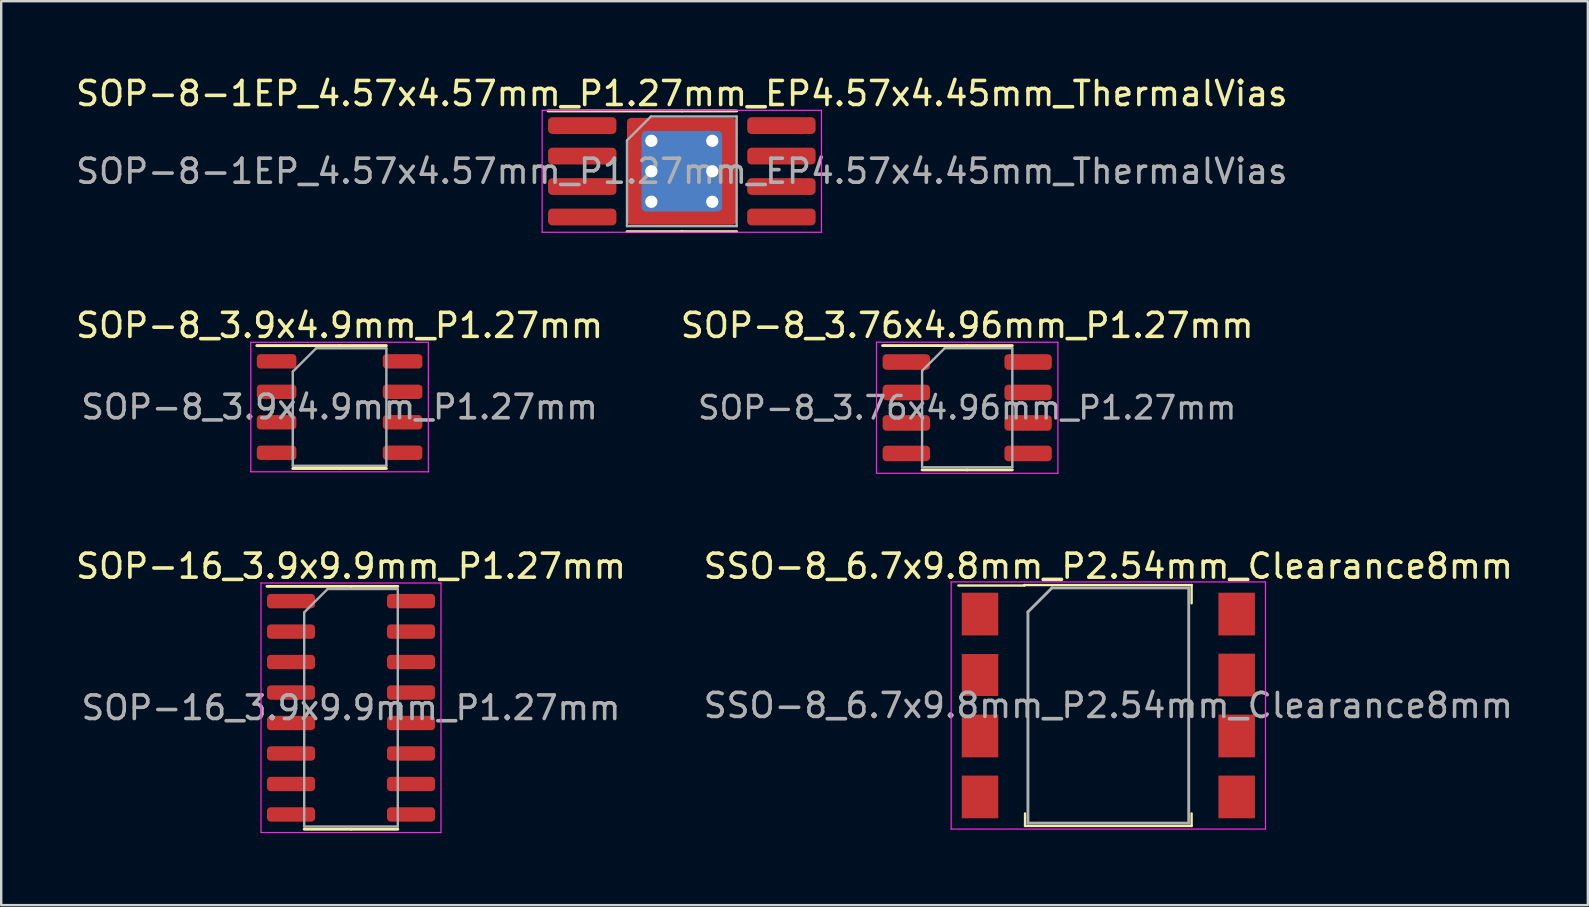
<source format=kicad_pcb>
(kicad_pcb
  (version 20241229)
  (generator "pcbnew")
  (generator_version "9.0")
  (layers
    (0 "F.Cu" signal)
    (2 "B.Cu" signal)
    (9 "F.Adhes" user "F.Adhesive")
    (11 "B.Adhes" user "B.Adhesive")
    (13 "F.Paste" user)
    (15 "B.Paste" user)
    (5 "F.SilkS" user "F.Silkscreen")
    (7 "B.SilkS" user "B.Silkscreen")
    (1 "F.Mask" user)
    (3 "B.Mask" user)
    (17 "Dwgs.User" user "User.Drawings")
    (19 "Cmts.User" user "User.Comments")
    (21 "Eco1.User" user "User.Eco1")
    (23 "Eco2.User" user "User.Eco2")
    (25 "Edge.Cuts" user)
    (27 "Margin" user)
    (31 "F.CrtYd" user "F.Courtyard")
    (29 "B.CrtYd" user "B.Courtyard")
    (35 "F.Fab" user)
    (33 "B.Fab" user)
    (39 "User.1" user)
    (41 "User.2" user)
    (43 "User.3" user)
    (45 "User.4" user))
  (footprint "SSO-8_6.7x9.8mm_P2.54mm_Clearance8mm"
    (layer "F.Cu")
    (at 43.137 26.35)
    (property "Reference" "SSO-8_6.7x9.8mm_P2.54mm_Clearance8mm" (at 0 -5.805 0) (layer "F.SilkS") (effects (font (size 1 1) (thickness 0.15))))
    (attr smd)
    (fp_line (start -3.5 -5.02) (end -3.5 -5) (stroke (width 0.1) (type solid)) (layer "F.SilkS"))
    (fp_line (start -3.5 -5) (end -6.25 -5) (stroke (width 0.1) (type solid)) (layer "F.SilkS"))
    (fp_line (start -3.47 4.5) (end -3.47 5.02) (stroke (width 0.1) (type solid)) (layer "F.SilkS"))
    (fp_line (start -3.47 5.02) (end 3.47 5.02) (stroke (width 0.1) (type solid)) (layer "F.SilkS"))
    (fp_line (start 3.47 -5.02) (end -3.5 -5.02) (stroke (width 0.1) (type solid)) (layer "F.SilkS"))
    (fp_line (start 3.47 -4.26) (end 3.47 -5.02) (stroke (width 0.1) (type solid)) (layer "F.SilkS"))
    (fp_line (start 3.47 5.02) (end 3.47 4.5) (stroke (width 0.1) (type solid)) (layer "F.SilkS"))
    (fp_line (start -6.55 -5.15) (end -6.55 5.15) (stroke (width 0.05) (type solid)) (layer "F.CrtYd"))
    (fp_line (start -6.55 -5.15) (end 6.55 -5.15) (stroke (width 0.05) (type solid)) (layer "F.CrtYd"))
    (fp_line (start 6.55 5.15) (end -6.55 5.15) (stroke (width 0.05) (type solid)) (layer "F.CrtYd"))
    (fp_line (start 6.55 5.15) (end 6.55 -5.15) (stroke (width 0.05) (type solid)) (layer "F.CrtYd"))
    (fp_line (start -3.35 -3.9) (end -3.35 4.9) (stroke (width 0.12) (type solid)) (layer "F.Fab"))
    (fp_line (start -3.35 4.9) (end 3.35 4.9) (stroke (width 0.12) (type solid)) (layer "F.Fab"))
    (fp_line (start -2.35 -4.9) (end -3.35 -3.9) (stroke (width 0.12) (type solid)) (layer "F.Fab"))
    (fp_line (start 3.35 -4.9) (end -2.35 -4.9) (stroke (width 0.12) (type solid)) (layer "F.Fab"))
    (fp_line (start 3.35 4.9) (end 3.35 -4.9) (stroke (width 0.12) (type solid)) (layer "F.Fab"))
    (fp_text user "${REFERENCE}" (at 0 0 0) (layer "F.Fab") (effects (font (size 1 1) (thickness 0.15))))
    (pad "1" smd rect (at -5.348 -3.81) (size 1.52 1.78) (layers "F.Cu" "F.Mask" "F.Paste"))
    (pad "2" smd rect (at -5.348 -1.27) (size 1.52 1.75) (layers "F.Cu" "F.Mask" "F.Paste"))
    (pad "3" smd rect (at -5.348 1.27) (size 1.52 1.78) (layers "F.Cu" "F.Mask" "F.Paste"))
    (pad "4" smd rect (at -5.348 3.81) (size 1.52 1.78) (layers "F.Cu" "F.Mask" "F.Paste"))
    (pad "5" smd rect (at 5.348 3.81) (size 1.52 1.78) (layers "F.Cu" "F.Mask" "F.Paste"))
    (pad "6" smd rect (at 5.348 1.27) (size 1.52 1.78) (layers "F.Cu" "F.Mask" "F.Paste"))
    (pad "7" smd rect (at 5.348 -1.27) (size 1.52 1.78) (layers "F.Cu" "F.Mask" "F.Paste"))
    (pad "8" smd rect (at 5.348 -3.81) (size 1.52 1.78) (layers "F.Cu" "F.Mask" "F.Paste")))
  (footprint "SOP-8_3.76x4.96mm_P1.27mm"
    (layer "F.Cu")
    (at 37.256 13.941)
    (property "Reference" "SOP-8_3.76x4.96mm_P1.27mm" (at 0 -3.43 0) (layer "F.SilkS") (effects (font (size 1 1) (thickness 0.15))))
    (attr smd)
    (fp_line (start 0 -2.59) (end -3.525 -2.59) (stroke (width 0.12) (type solid)) (layer "F.SilkS"))
    (fp_line (start 0 -2.59) (end 1.88 -2.59) (stroke (width 0.12) (type solid)) (layer "F.SilkS"))
    (fp_line (start 0 2.59) (end -1.88 2.59) (stroke (width 0.12) (type solid)) (layer "F.SilkS"))
    (fp_line (start 0 2.59) (end 1.88 2.59) (stroke (width 0.12) (type solid)) (layer "F.SilkS"))
    (fp_line (start -3.78 -2.73) (end -3.78 2.73) (stroke (width 0.05) (type solid)) (layer "F.CrtYd"))
    (fp_line (start -3.78 2.73) (end 3.78 2.73) (stroke (width 0.05) (type solid)) (layer "F.CrtYd"))
    (fp_line (start 3.78 -2.73) (end -3.78 -2.73) (stroke (width 0.05) (type solid)) (layer "F.CrtYd"))
    (fp_line (start 3.78 2.73) (end 3.78 -2.73) (stroke (width 0.05) (type solid)) (layer "F.CrtYd"))
    (fp_line (start -1.88 -1.54) (end -0.94 -2.48) (stroke (width 0.1) (type solid)) (layer "F.Fab"))
    (fp_line (start -1.88 2.48) (end -1.88 -1.54) (stroke (width 0.1) (type solid)) (layer "F.Fab"))
    (fp_line (start -0.94 -2.48) (end 1.88 -2.48) (stroke (width 0.1) (type solid)) (layer "F.Fab"))
    (fp_line (start 1.88 -2.48) (end 1.88 2.48) (stroke (width 0.1) (type solid)) (layer "F.Fab"))
    (fp_line (start 1.88 2.48) (end -1.88 2.48) (stroke (width 0.1) (type solid)) (layer "F.Fab"))
    (fp_text user "${REFERENCE}" (at 0 0 0) (layer "F.Fab") (effects (font (size 0.94 0.94) (thickness 0.14))))
    (pad "1" smd roundrect (at -2.538 -1.905) (size 1.975 0.65) (layers "F.Cu" "F.Mask" "F.Paste") (roundrect_rratio 0.25))
    (pad "2" smd roundrect (at -2.538 -0.635) (size 1.975 0.65) (layers "F.Cu" "F.Mask" "F.Paste") (roundrect_rratio 0.25))
    (pad "3" smd roundrect (at -2.538 0.635) (size 1.975 0.65) (layers "F.Cu" "F.Mask" "F.Paste") (roundrect_rratio 0.25))
    (pad "4" smd roundrect (at -2.538 1.905) (size 1.975 0.65) (layers "F.Cu" "F.Mask" "F.Paste") (roundrect_rratio 0.25))
    (pad "5" smd roundrect (at 2.538 1.905) (size 1.975 0.65) (layers "F.Cu" "F.Mask" "F.Paste") (roundrect_rratio 0.25))
    (pad "6" smd roundrect (at 2.538 0.635) (size 1.975 0.65) (layers "F.Cu" "F.Mask" "F.Paste") (roundrect_rratio 0.25))
    (pad "7" smd roundrect (at 2.538 -0.635) (size 1.975 0.65) (layers "F.Cu" "F.Mask" "F.Paste") (roundrect_rratio 0.25))
    (pad "8" smd roundrect (at 2.538 -1.905) (size 1.975 0.65) (layers "F.Cu" "F.Mask" "F.Paste") (roundrect_rratio 0.25)))
  (footprint "SOP-8-1EP_4.57x4.57mm_P1.27mm_EP4.57x4.45mm_ThermalVias"
    (layer "F.Cu")
    (at 25.363 4.088)
    (property "Reference" "SOP-8-1EP_4.57x4.57mm_P1.27mm_EP4.57x4.45mm_ThermalVias" (at 0 -3.24 0) (layer "F.SilkS") (effects (font (size 1 1) (thickness 0.15))))
    (attr smd)
    (fp_line (start 0 -2.515) (end -5.575 -2.515) (stroke (width 0.12) (type solid)) (layer "F.SilkS"))
    (fp_line (start 0 -2.515) (end 2.285 -2.515) (stroke (width 0.12) (type solid)) (layer "F.SilkS"))
    (fp_line (start 0 2.515) (end -2.285 2.515) (stroke (width 0.12) (type solid)) (layer "F.SilkS"))
    (fp_line (start 0 2.515) (end 2.285 2.515) (stroke (width 0.12) (type solid)) (layer "F.SilkS"))
    (fp_line (start -5.82 -2.54) (end -5.82 2.54) (stroke (width 0.05) (type solid)) (layer "F.CrtYd"))
    (fp_line (start -5.82 2.54) (end 5.82 2.54) (stroke (width 0.05) (type solid)) (layer "F.CrtYd"))
    (fp_line (start 5.82 -2.54) (end -5.82 -2.54) (stroke (width 0.05) (type solid)) (layer "F.CrtYd"))
    (fp_line (start 5.82 2.54) (end 5.82 -2.54) (stroke (width 0.05) (type solid)) (layer "F.CrtYd"))
    (fp_line (start -2.285 -1.285) (end -1.285 -2.285) (stroke (width 0.1) (type solid)) (layer "F.Fab"))
    (fp_line (start -2.285 2.285) (end -2.285 -1.285) (stroke (width 0.1) (type solid)) (layer "F.Fab"))
    (fp_line (start -1.285 -2.285) (end 2.285 -2.285) (stroke (width 0.1) (type solid)) (layer "F.Fab"))
    (fp_line (start 2.285 -2.285) (end 2.285 2.285) (stroke (width 0.1) (type solid)) (layer "F.Fab"))
    (fp_line (start 2.285 2.285) (end -2.285 2.285) (stroke (width 0.1) (type solid)) (layer "F.Fab"))
    (fp_text user "${REFERENCE}" (at 0 0 0) (layer "F.Fab") (effects (font (size 1 1) (thickness 0.15))))
    (pad "" smd roundrect (at -1.14 -1.11) (size 1.91 1.86) (layers "F.Paste") (roundrect_rratio 0.134))
    (pad "" smd roundrect (at -1.14 1.11) (size 1.91 1.86) (layers "F.Paste") (roundrect_rratio 0.134))
    (pad "" smd roundrect (at 1.14 -1.11) (size 1.91 1.86) (layers "F.Paste") (roundrect_rratio 0.134))
    (pad "" smd roundrect (at 1.14 1.11) (size 1.91 1.86) (layers "F.Paste") (roundrect_rratio 0.134))
    (pad "1" smd roundrect (at -4.15 -1.905) (size 2.85 0.7) (layers "F.Cu" "F.Mask" "F.Paste") (roundrect_rratio 0.25))
    (pad "2" smd roundrect (at -4.15 -0.635) (size 2.85 0.7) (layers "F.Cu" "F.Mask" "F.Paste") (roundrect_rratio 0.25))
    (pad "3" smd roundrect (at -4.15 0.635) (size 2.85 0.7) (layers "F.Cu" "F.Mask" "F.Paste") (roundrect_rratio 0.25))
    (pad "4" smd roundrect (at -4.15 1.905) (size 2.85 0.7) (layers "F.Cu" "F.Mask" "F.Paste") (roundrect_rratio 0.25))
    (pad "5" smd roundrect (at 4.15 1.905) (size 2.85 0.7) (layers "F.Cu" "F.Mask" "F.Paste") (roundrect_rratio 0.25))
    (pad "6" smd roundrect (at 4.15 0.635) (size 2.85 0.7) (layers "F.Cu" "F.Mask" "F.Paste") (roundrect_rratio 0.25))
    (pad "7" smd roundrect (at 4.15 -0.635) (size 2.85 0.7) (layers "F.Cu" "F.Mask" "F.Paste") (roundrect_rratio 0.25))
    (pad "8" smd roundrect (at 4.15 -1.905) (size 2.85 0.7) (layers "F.Cu" "F.Mask" "F.Paste") (roundrect_rratio 0.25))
    (pad "9" thru_hole circle (at -1.27 -1.27) (size 0.81 0.81) (drill 0.51) (layers "*.Cu"))
    (pad "9" thru_hole circle (at -1.27 0) (size 0.81 0.81) (drill 0.51) (layers "*.Cu"))
    (pad "9" thru_hole circle (at -1.27 1.27) (size 0.81 0.81) (drill 0.51) (layers "*.Cu"))
    (pad "9" smd roundrect (at 0 0) (size 3.35 3.35) (layers "B.Cu") (roundrect_rratio 0.052))
    (pad "9" smd roundrect (at 0 0) (size 4.57 4.45) (layers "F.Cu" "F.Mask") (roundrect_rratio 0.039))
    (pad "9" thru_hole circle (at 1.27 -1.27) (size 0.81 0.81) (drill 0.51) (layers "*.Cu"))
    (pad "9" thru_hole circle (at 1.27 0) (size 0.81 0.81) (drill 0.51) (layers "*.Cu"))
    (pad "9" thru_hole circle (at 1.27 1.27) (size 0.81 0.81) (drill 0.51) (layers "*.Cu")))
  (footprint "SOP-16_3.9x9.9mm_P1.27mm"
    (layer "F.Cu")
    (at 11.577 26.445)
    (property "Reference" "SOP-16_3.9x9.9mm_P1.27mm" (at 0 -5.9 0) (layer "F.SilkS") (effects (font (size 1 1) (thickness 0.15))))
    (attr smd)
    (fp_line (start 0 -5.06) (end -3.5 -5.06) (stroke (width 0.12) (type solid)) (layer "F.SilkS"))
    (fp_line (start 0 -5.06) (end 1.95 -5.06) (stroke (width 0.12) (type solid)) (layer "F.SilkS"))
    (fp_line (start 0 5.06) (end -1.95 5.06) (stroke (width 0.12) (type solid)) (layer "F.SilkS"))
    (fp_line (start 0 5.06) (end 1.95 5.06) (stroke (width 0.12) (type solid)) (layer "F.SilkS"))
    (fp_line (start -3.75 -5.2) (end -3.75 5.2) (stroke (width 0.05) (type solid)) (layer "F.CrtYd"))
    (fp_line (start -3.75 5.2) (end 3.75 5.2) (stroke (width 0.05) (type solid)) (layer "F.CrtYd"))
    (fp_line (start 3.75 -5.2) (end -3.75 -5.2) (stroke (width 0.05) (type solid)) (layer "F.CrtYd"))
    (fp_line (start 3.75 5.2) (end 3.75 -5.2) (stroke (width 0.05) (type solid)) (layer "F.CrtYd"))
    (fp_line (start -1.95 -3.975) (end -0.975 -4.95) (stroke (width 0.1) (type solid)) (layer "F.Fab"))
    (fp_line (start -1.95 4.95) (end -1.95 -3.975) (stroke (width 0.1) (type solid)) (layer "F.Fab"))
    (fp_line (start -0.975 -4.95) (end 1.95 -4.95) (stroke (width 0.1) (type solid)) (layer "F.Fab"))
    (fp_line (start 1.95 -4.95) (end 1.95 4.95) (stroke (width 0.1) (type solid)) (layer "F.Fab"))
    (fp_line (start 1.95 4.95) (end -1.95 4.95) (stroke (width 0.1) (type solid)) (layer "F.Fab"))
    (fp_text user "${REFERENCE}" (at 0 0 0) (layer "F.Fab") (effects (font (size 0.98 0.98) (thickness 0.15))))
    (pad "1" smd roundrect (at -2.5 -4.445) (size 2 0.6) (layers "F.Cu" "F.Mask" "F.Paste") (roundrect_rratio 0.25))
    (pad "2" smd roundrect (at -2.5 -3.175) (size 2 0.6) (layers "F.Cu" "F.Mask" "F.Paste") (roundrect_rratio 0.25))
    (pad "3" smd roundrect (at -2.5 -1.905) (size 2 0.6) (layers "F.Cu" "F.Mask" "F.Paste") (roundrect_rratio 0.25))
    (pad "4" smd roundrect (at -2.5 -0.635) (size 2 0.6) (layers "F.Cu" "F.Mask" "F.Paste") (roundrect_rratio 0.25))
    (pad "5" smd roundrect (at -2.5 0.635) (size 2 0.6) (layers "F.Cu" "F.Mask" "F.Paste") (roundrect_rratio 0.25))
    (pad "6" smd roundrect (at -2.5 1.905) (size 2 0.6) (layers "F.Cu" "F.Mask" "F.Paste") (roundrect_rratio 0.25))
    (pad "7" smd roundrect (at -2.5 3.175) (size 2 0.6) (layers "F.Cu" "F.Mask" "F.Paste") (roundrect_rratio 0.25))
    (pad "8" smd roundrect (at -2.5 4.445) (size 2 0.6) (layers "F.Cu" "F.Mask" "F.Paste") (roundrect_rratio 0.25))
    (pad "9" smd roundrect (at 2.5 4.445) (size 2 0.6) (layers "F.Cu" "F.Mask" "F.Paste") (roundrect_rratio 0.25))
    (pad "10" smd roundrect (at 2.5 3.175) (size 2 0.6) (layers "F.Cu" "F.Mask" "F.Paste") (roundrect_rratio 0.25))
    (pad "11" smd roundrect (at 2.5 1.905) (size 2 0.6) (layers "F.Cu" "F.Mask" "F.Paste") (roundrect_rratio 0.25))
    (pad "12" smd roundrect (at 2.5 0.635) (size 2 0.6) (layers "F.Cu" "F.Mask" "F.Paste") (roundrect_rratio 0.25))
    (pad "13" smd roundrect (at 2.5 -0.635) (size 2 0.6) (layers "F.Cu" "F.Mask" "F.Paste") (roundrect_rratio 0.25))
    (pad "14" smd roundrect (at 2.5 -1.905) (size 2 0.6) (layers "F.Cu" "F.Mask" "F.Paste") (roundrect_rratio 0.25))
    (pad "15" smd roundrect (at 2.5 -3.175) (size 2 0.6) (layers "F.Cu" "F.Mask" "F.Paste") (roundrect_rratio 0.25))
    (pad "16" smd roundrect (at 2.5 -4.445) (size 2 0.6) (layers "F.Cu" "F.Mask" "F.Paste") (roundrect_rratio 0.25)))
  (footprint "SOP-8_3.9x4.9mm_P1.27mm"
    (layer "F.Cu")
    (at 11.101 13.912)
    (property "Reference" "SOP-8_3.9x4.9mm_P1.27mm" (at 0 -3.4 0) (layer "F.SilkS") (effects (font (size 1 1) (thickness 0.15))))
    (attr smd)
    (fp_line (start 0 -2.56) (end -3.45 -2.56) (stroke (width 0.12) (type solid)) (layer "F.SilkS"))
    (fp_line (start 0 -2.56) (end 1.95 -2.56) (stroke (width 0.12) (type solid)) (layer "F.SilkS"))
    (fp_line (start 0 2.56) (end -1.95 2.56) (stroke (width 0.12) (type solid)) (layer "F.SilkS"))
    (fp_line (start 0 2.56) (end 1.95 2.56) (stroke (width 0.12) (type solid)) (layer "F.SilkS"))
    (fp_line (start -3.7 -2.7) (end -3.7 2.7) (stroke (width 0.05) (type solid)) (layer "F.CrtYd"))
    (fp_line (start -3.7 2.7) (end 3.7 2.7) (stroke (width 0.05) (type solid)) (layer "F.CrtYd"))
    (fp_line (start 3.7 -2.7) (end -3.7 -2.7) (stroke (width 0.05) (type solid)) (layer "F.CrtYd"))
    (fp_line (start 3.7 2.7) (end 3.7 -2.7) (stroke (width 0.05) (type solid)) (layer "F.CrtYd"))
    (fp_line (start -1.95 -1.475) (end -0.975 -2.45) (stroke (width 0.1) (type solid)) (layer "F.Fab"))
    (fp_line (start -1.95 2.45) (end -1.95 -1.475) (stroke (width 0.1) (type solid)) (layer "F.Fab"))
    (fp_line (start -0.975 -2.45) (end 1.95 -2.45) (stroke (width 0.1) (type solid)) (layer "F.Fab"))
    (fp_line (start 1.95 -2.45) (end 1.95 2.45) (stroke (width 0.1) (type solid)) (layer "F.Fab"))
    (fp_line (start 1.95 2.45) (end -1.95 2.45) (stroke (width 0.1) (type solid)) (layer "F.Fab"))
    (fp_text user "${REFERENCE}" (at 0 0 0) (layer "F.Fab") (effects (font (size 0.98 0.98) (thickness 0.15))))
    (pad "1" smd roundrect (at -2.625 -1.905) (size 1.65 0.6) (layers "F.Cu" "F.Mask" "F.Paste") (roundrect_rratio 0.25))
    (pad "2" smd roundrect (at -2.625 -0.635) (size 1.65 0.6) (layers "F.Cu" "F.Mask" "F.Paste") (roundrect_rratio 0.25))
    (pad "3" smd roundrect (at -2.625 0.635) (size 1.65 0.6) (layers "F.Cu" "F.Mask" "F.Paste") (roundrect_rratio 0.25))
    (pad "4" smd roundrect (at -2.625 1.905) (size 1.65 0.6) (layers "F.Cu" "F.Mask" "F.Paste") (roundrect_rratio 0.25))
    (pad "5" smd roundrect (at 2.625 1.905) (size 1.65 0.6) (layers "F.Cu" "F.Mask" "F.Paste") (roundrect_rratio 0.25))
    (pad "6" smd roundrect (at 2.625 0.635) (size 1.65 0.6) (layers "F.Cu" "F.Mask" "F.Paste") (roundrect_rratio 0.25))
    (pad "7" smd roundrect (at 2.625 -0.635) (size 1.65 0.6) (layers "F.Cu" "F.Mask" "F.Paste") (roundrect_rratio 0.25))
    (pad "8" smd roundrect (at 2.625 -1.905) (size 1.65 0.6) (layers "F.Cu" "F.Mask" "F.Paste") (roundrect_rratio 0.25)))
  (gr_rect
    (start -3 -3)
    (end 63.119 34.67)
    (stroke (width 0.1) (type default))
    (fill no)
    (layer "Edge.Cuts")))
</source>
